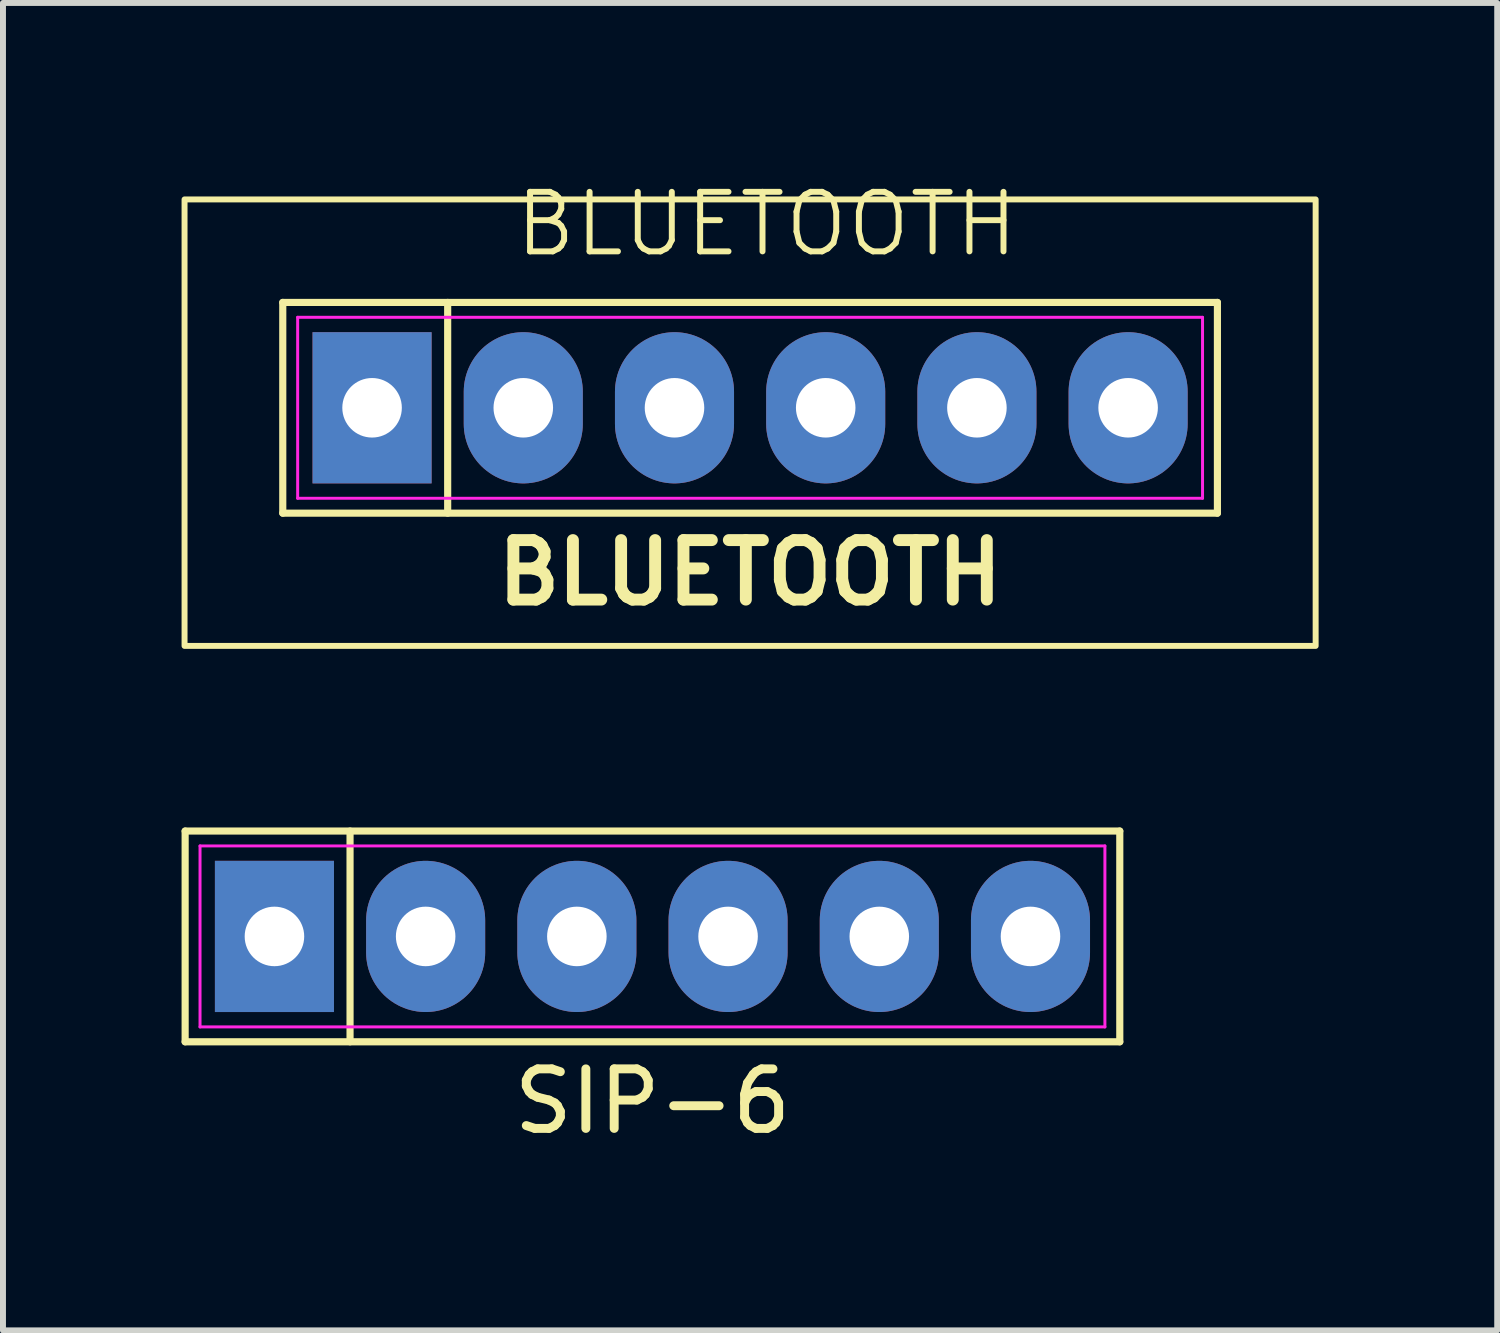
<source format=kicad_pcb>
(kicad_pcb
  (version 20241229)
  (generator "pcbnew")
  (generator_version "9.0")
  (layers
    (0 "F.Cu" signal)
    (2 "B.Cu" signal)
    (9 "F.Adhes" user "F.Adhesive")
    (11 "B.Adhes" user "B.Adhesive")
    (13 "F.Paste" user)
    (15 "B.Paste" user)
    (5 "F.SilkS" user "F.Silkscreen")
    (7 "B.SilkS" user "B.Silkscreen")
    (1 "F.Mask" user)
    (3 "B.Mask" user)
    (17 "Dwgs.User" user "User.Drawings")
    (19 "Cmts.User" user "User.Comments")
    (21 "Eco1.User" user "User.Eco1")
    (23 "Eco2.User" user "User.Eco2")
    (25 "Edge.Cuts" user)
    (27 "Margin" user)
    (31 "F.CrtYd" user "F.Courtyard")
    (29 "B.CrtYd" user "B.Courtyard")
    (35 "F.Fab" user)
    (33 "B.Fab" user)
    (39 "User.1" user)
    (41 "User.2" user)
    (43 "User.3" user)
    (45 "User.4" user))
  (footprint "SIP-6"
    (layer "F.Cu")
    (at 7.91 12.68)
    (property "Reference" "SIP-6" (at 0 2.77 0) (layer "F.SilkS") (effects (font (size 1 1) (thickness 0.15))))
    (attr through_hole)
    (fp_line (start -7.85 -1.77) (end 7.85 -1.77) (stroke (width 0.12) (type default)) (layer "F.SilkS"))
    (fp_line (start -7.85 1.77) (end -7.85 -1.77) (stroke (width 0.12) (type default)) (layer "F.SilkS"))
    (fp_line (start -5.08 -1.77) (end -5.08 1.77) (stroke (width 0.12) (type default)) (layer "F.SilkS"))
    (fp_line (start 7.85 -1.77) (end 7.85 1.77) (stroke (width 0.12) (type default)) (layer "F.SilkS"))
    (fp_line (start 7.85 1.77) (end -7.85 1.77) (stroke (width 0.12) (type default)) (layer "F.SilkS"))
    (fp_line (start -7.6 -1.52) (end 7.6 -1.52) (stroke (width 0.05) (type default)) (layer "F.CrtYd"))
    (fp_line (start -7.6 1.52) (end -7.6 -1.52) (stroke (width 0.05) (type default)) (layer "F.CrtYd"))
    (fp_line (start 7.6 -1.52) (end 7.6 1.52) (stroke (width 0.05) (type default)) (layer "F.CrtYd"))
    (fp_line (start 7.6 1.52) (end -7.6 1.52) (stroke (width 0.05) (type default)) (layer "F.CrtYd"))
    (pad "1" thru_hole rect (at -6.35 0) (size 2 2.54) (drill 1) (layers "*.Cu" "*.Mask"))
    (pad "2" thru_hole oval (at -3.81 0) (size 2 2.54) (drill 1) (layers "*.Cu" "*.Mask"))
    (pad "3" thru_hole oval (at -1.27 0) (size 2 2.54) (drill 1) (layers "*.Cu" "*.Mask"))
    (pad "4" thru_hole oval (at 1.27 0) (size 2 2.54) (drill 1) (layers "*.Cu" "*.Mask"))
    (pad "5" thru_hole oval (at 3.81 0) (size 2 2.54) (drill 1) (layers "*.Cu" "*.Mask"))
    (pad "6" thru_hole oval (at 6.35 0) (size 2 2.54) (drill 1) (layers "*.Cu" "*.Mask")))
  (footprint "BLUETOOTH"
    (layer "F.Cu")
    (at 9.55 3.8)
    (property "Reference" "BLUETOOTH" (at 0 2.77 0) (layer "F.SilkS") (effects (font (size 1 1) (thickness 0.2) (bold yes))))
    (attr through_hole)
    (fp_line (start -7.85 -1.77) (end 7.85 -1.77) (stroke (width 0.12) (type default)) (layer "F.SilkS"))
    (fp_line (start -7.85 1.77) (end -7.85 -1.77) (stroke (width 0.12) (type default)) (layer "F.SilkS"))
    (fp_line (start -5.08 -1.77) (end -5.08 1.77) (stroke (width 0.12) (type default)) (layer "F.SilkS"))
    (fp_line (start 7.85 -1.77) (end 7.85 1.77) (stroke (width 0.12) (type default)) (layer "F.SilkS"))
    (fp_line (start 7.85 1.77) (end -7.85 1.77) (stroke (width 0.12) (type default)) (layer "F.SilkS"))
    (fp_rect (start -9.5 -3.5) (end 9.5 4) (stroke (width 0.1) (type default)) (fill no) (layer "F.SilkS"))
    (fp_line (start -7.6 -1.52) (end 7.6 -1.52) (stroke (width 0.05) (type default)) (layer "F.CrtYd"))
    (fp_line (start -7.6 1.52) (end -7.6 -1.52) (stroke (width 0.05) (type default)) (layer "F.CrtYd"))
    (fp_line (start 7.6 -1.52) (end 7.6 1.52) (stroke (width 0.05) (type default)) (layer "F.CrtYd"))
    (fp_line (start 7.6 1.52) (end -7.6 1.52) (stroke (width 0.05) (type default)) (layer "F.CrtYd"))
    (fp_text user "BLUETOOTH" (at -4 -2.5 0) (unlocked yes) (layer "F.SilkS") (effects (font (size 1 1) (thickness 0.1)) (justify left bottom)))
    (pad "1" thru_hole rect (at -6.35 0) (size 2 2.54) (drill 1) (layers "*.Cu" "*.Mask"))
    (pad "2" thru_hole oval (at -3.81 0) (size 2 2.54) (drill 1) (layers "*.Cu" "*.Mask"))
    (pad "3" thru_hole oval (at -1.27 0) (size 2 2.54) (drill 1) (layers "*.Cu" "*.Mask"))
    (pad "4" thru_hole oval (at 1.27 0) (size 2 2.54) (drill 1) (layers "*.Cu" "*.Mask"))
    (pad "5" thru_hole oval (at 3.81 0) (size 2 2.54) (drill 1) (layers "*.Cu" "*.Mask"))
    (pad "6" thru_hole oval (at 6.35 0) (size 2 2.54) (drill 1) (layers "*.Cu" "*.Mask")))
  (gr_rect
    (start -3 -3)
    (end 22.1 19.298)
    (stroke (width 0.1) (type default))
    (fill no)
    (layer "Edge.Cuts")))
</source>
